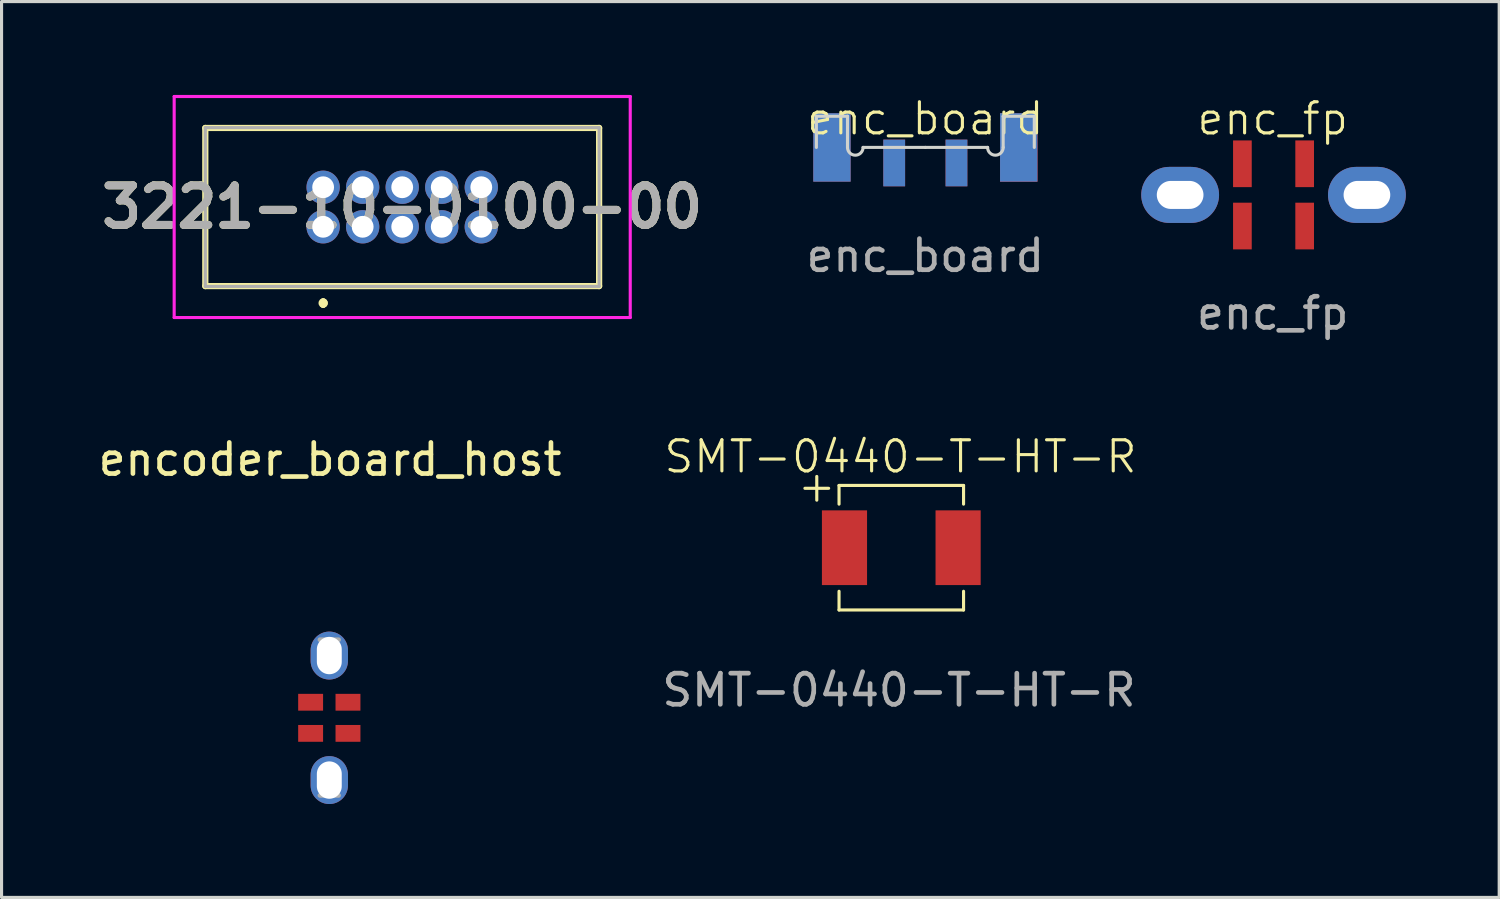
<source format=kicad_pcb>
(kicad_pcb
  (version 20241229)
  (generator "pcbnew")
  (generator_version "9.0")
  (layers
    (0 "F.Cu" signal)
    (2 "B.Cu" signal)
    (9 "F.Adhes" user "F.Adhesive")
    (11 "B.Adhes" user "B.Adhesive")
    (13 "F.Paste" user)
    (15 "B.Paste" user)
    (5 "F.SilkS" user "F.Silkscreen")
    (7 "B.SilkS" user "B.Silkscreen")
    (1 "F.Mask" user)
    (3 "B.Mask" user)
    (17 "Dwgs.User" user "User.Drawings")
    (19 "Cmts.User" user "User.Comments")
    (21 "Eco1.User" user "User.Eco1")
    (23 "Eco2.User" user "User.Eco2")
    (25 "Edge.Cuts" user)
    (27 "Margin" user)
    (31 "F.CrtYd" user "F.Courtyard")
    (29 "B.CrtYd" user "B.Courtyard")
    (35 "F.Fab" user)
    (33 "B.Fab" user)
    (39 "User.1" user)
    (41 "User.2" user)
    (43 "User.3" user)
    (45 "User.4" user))
  (footprint "SMT-0440-T-HT-R"
    (layer "F.Cu")
    (at 25.852 14.569)
    (property "Reference" "SMT-0440-T-HT-R" (at 0.025 -2.95 0) (unlocked yes) (layer "F.SilkS") (effects (font (size 1 1) (thickness 0.1))))
    (attr smd)
    (fp_line (start -1.95 -2.025) (end -1.95 -1.425) (stroke (width 0.1) (type default)) (layer "F.SilkS"))
    (fp_line (start -1.95 -2.025) (end 2.05 -2.025) (stroke (width 0.1) (type default)) (layer "F.SilkS"))
    (fp_line (start -1.95 1.975) (end -1.95 1.375) (stroke (width 0.1) (type default)) (layer "F.SilkS"))
    (fp_line (start -1.95 1.975) (end 2.05 1.975) (stroke (width 0.1) (type default)) (layer "F.SilkS"))
    (fp_line (start 2.05 -2.025) (end 2.05 -1.425) (stroke (width 0.1) (type default)) (layer "F.SilkS"))
    (fp_line (start 2.05 1.975) (end 2.05 1.375) (stroke (width 0.1) (type default)) (layer "F.SilkS"))
    (fp_text user "+" (at -3.35 -1.425 0) (unlocked yes) (layer "F.SilkS") (effects (font (size 1 1) (thickness 0.1)) (justify left bottom)))
    (fp_text user "${REFERENCE}" (at -0.025 4.55 0) (unlocked yes) (layer "F.Fab") (effects (font (size 1 1) (thickness 0.15))))
    (pad "1" smd rect (at -1.775 -0.025) (size 1.45 2.4) (layers "F.Cu" "F.Mask" "F.Paste"))
    (pad "2" smd rect (at 1.875 -0.025) (size 1.45 2.4) (layers "F.Cu" "F.Mask" "F.Paste")))
  (footprint "enc_fp"
    (layer "F.Cu")
    (at 37.834 3.236)
    (property "Reference" "enc_fp" (at 0 -2.475 0) (unlocked yes) (layer "F.SilkS") (effects (font (size 1 1) (thickness 0.1))))
    (attr smd)
    (fp_rect (start -2.475 -0.525) (end 2.55 0.475) (stroke (width 0.1) (type default)) (fill no) (layer "User.3"))
    (fp_text user "${REFERENCE}" (at 0 3.775 0) (unlocked yes) (layer "F.Fab") (effects (font (size 1 1) (thickness 0.15))))
    (pad "1" thru_hole oval (at 3.025 -0.025) (size 2.5 1.8) (drill oval 1.5 0.9) (layers "*.Cu" "*.Mask"))
    (pad "2" smd rect (at 1.025 -1.025) (size 0.6 1.5) (layers "F.Cu" "F.Mask" "F.Paste"))
    (pad "3" smd rect (at -0.975 -1.025) (size 0.6 1.5) (layers "F.Cu" "F.Mask" "F.Paste"))
    (pad "4" smd rect (at 1.025 0.975) (size 0.6 1.5) (layers "F.Cu" "F.Mask" "F.Paste"))
    (pad "5" smd rect (at -0.975 0.975) (size 0.6 1.5) (layers "F.Cu" "F.Mask" "F.Paste"))
    (pad "6" thru_hole oval (at -2.975 -0.025) (size 2.5 1.8) (drill oval 1.5 0.9) (layers "*.Cu" "*.Mask")))
  (footprint "3221-10-0100-00"
    (layer "F.Cu")
    (at 7.33 4.235)
    (property "Reference" "3221-10-0100-00" (at 2.54 -0.635 0) (layer "F.SilkS") (effects (font (size 1.27 1.27) (thickness 0.254))))
    (attr through_hole)
    (fp_line (start -3.785 -3.175) (end 8.865 -3.175) (stroke (width 0.2) (type solid)) (layer "F.SilkS"))
    (fp_line (start -3.785 1.905) (end -3.785 -3.175) (stroke (width 0.2) (type solid)) (layer "F.SilkS"))
    (fp_line (start 0 2.4) (end 0 2.4) (stroke (width 0.2) (type solid)) (layer "F.SilkS"))
    (fp_line (start 0 2.5) (end 0 2.5) (stroke (width 0.2) (type solid)) (layer "F.SilkS"))
    (fp_line (start 0 2.5) (end 0 2.5) (stroke (width 0.2) (type solid)) (layer "F.SilkS"))
    (fp_line (start 8.865 -3.175) (end 8.865 1.905) (stroke (width 0.2) (type solid)) (layer "F.SilkS"))
    (fp_line (start 8.865 1.905) (end -3.785 1.905) (stroke (width 0.2) (type solid)) (layer "F.SilkS"))
    (fp_arc (start 0 2.4) (mid 0.05 2.45) (end 0 2.5) (stroke (width 0.2) (type solid)) (layer "F.SilkS"))
    (fp_arc (start 0 2.4) (mid 0.05 2.45) (end 0 2.5) (stroke (width 0.2) (type solid)) (layer "F.SilkS"))
    (fp_arc (start 0 2.5) (mid -0.05 2.45) (end 0 2.4) (stroke (width 0.2) (type solid)) (layer "F.SilkS"))
    (fp_line (start -4.785 -4.185) (end 9.865 -4.185) (stroke (width 0.1) (type solid)) (layer "F.CrtYd"))
    (fp_line (start -4.785 2.915) (end -4.785 -4.185) (stroke (width 0.1) (type solid)) (layer "F.CrtYd"))
    (fp_line (start 9.865 -4.185) (end 9.865 2.915) (stroke (width 0.1) (type solid)) (layer "F.CrtYd"))
    (fp_line (start 9.865 2.915) (end -4.785 2.915) (stroke (width 0.1) (type solid)) (layer "F.CrtYd"))
    (fp_line (start -3.785 -3.185) (end -3.785 1.915) (stroke (width 0.1) (type solid)) (layer "F.Fab"))
    (fp_line (start -3.785 1.915) (end 8.865 1.915) (stroke (width 0.1) (type solid)) (layer "F.Fab"))
    (fp_line (start 8.865 -3.185) (end -3.785 -3.185) (stroke (width 0.1) (type solid)) (layer "F.Fab"))
    (fp_line (start 8.865 1.915) (end 8.865 -3.185) (stroke (width 0.1) (type solid)) (layer "F.Fab"))
    (fp_text user "${REFERENCE}" (at 2.54 -0.635 0) (layer "F.Fab") (effects (font (size 1.27 1.27) (thickness 0.254))))
    (pad "1" thru_hole circle (at 0 0) (size 1.07 1.07) (drill 0.7) (layers "*.Cu" "*.Mask"))
    (pad "2" thru_hole circle (at 0 -1.27) (size 1.07 1.07) (drill 0.7) (layers "*.Cu" "*.Mask"))
    (pad "3" thru_hole circle (at 1.27 0) (size 1.07 1.07) (drill 0.7) (layers "*.Cu" "*.Mask"))
    (pad "4" thru_hole circle (at 1.27 -1.27) (size 1.07 1.07) (drill 0.7) (layers "*.Cu" "*.Mask"))
    (pad "5" thru_hole circle (at 2.54 0) (size 1.07 1.07) (drill 0.7) (layers "*.Cu" "*.Mask"))
    (pad "6" thru_hole circle (at 2.54 -1.27) (size 1.07 1.07) (drill 0.7) (layers "*.Cu" "*.Mask"))
    (pad "7" thru_hole circle (at 3.81 0) (size 1.07 1.07) (drill 0.7) (layers "*.Cu" "*.Mask"))
    (pad "8" thru_hole circle (at 3.81 -1.27) (size 1.07 1.07) (drill 0.7) (layers "*.Cu" "*.Mask"))
    (pad "9" thru_hole circle (at 5.08 0) (size 1.07 1.07) (drill 0.7) (layers "*.Cu" "*.Mask"))
    (pad "10" thru_hole circle (at 5.08 -1.27) (size 1.07 1.07) (drill 0.7) (layers "*.Cu" "*.Mask")))
  (footprint "enc_board"
    (layer "F.Cu")
    (at 26.674 1.685)
    (property "Reference" "enc_board" (at 0 -0.925 0) (unlocked yes) (layer "F.SilkS") (effects (font (size 1 1) (thickness 0.1))))
    (attr smd)
    (fp_line (start -3.5 -1) (end -3.5 0) (stroke (width 0.1) (type default)) (layer "Edge.Cuts"))
    (fp_line (start -2.5 -1) (end -3.5 -1) (stroke (width 0.1) (type default)) (layer "Edge.Cuts"))
    (fp_line (start -2.5 0) (end -2.5 -1) (stroke (width 0.1) (type default)) (layer "Edge.Cuts"))
    (fp_line (start 0 0) (end -2 0) (stroke (width 0.1) (type default)) (layer "Edge.Cuts"))
    (fp_line (start 0 0) (end 2 0) (stroke (width 0.1) (type default)) (layer "Edge.Cuts"))
    (fp_line (start 2.5 -1) (end 3.5 -1) (stroke (width 0.1) (type default)) (layer "Edge.Cuts"))
    (fp_line (start 2.5 0) (end 2.5 -1) (stroke (width 0.1) (type default)) (layer "Edge.Cuts"))
    (fp_line (start 3.5 -1) (end 3.5 0) (stroke (width 0.1) (type default)) (layer "Edge.Cuts"))
    (fp_arc (start -2 0) (mid -2.25 0.25) (end -2.5 0) (stroke (width 0.1) (type default)) (layer "Edge.Cuts"))
    (fp_arc (start 2.5 0) (mid 2.25 0.25) (end 2 0) (stroke (width 0.1) (type default)) (layer "Edge.Cuts"))
    (fp_text user "${REFERENCE}" (at 0 3.475 0) (unlocked yes) (layer "F.Fab") (effects (font (size 1 1) (thickness 0.15))))
    (pad "1" smd rect (at 3 0) (size 1.2 2.2) (layers "F.Cu" "F.Mask" "F.Paste"))
    (pad "1" smd rect (at 3 0) (size 1.2 2.2) (layers "F.Cu" "F.Mask" "F.Paste"))
    (pad "1" smd rect (at 3 0) (size 1.2 2.2) (layers "B.Cu" "B.Mask" "B.Paste"))
    (pad "2" smd rect (at 1 0.5) (size 0.7 1.5) (layers "F.Cu" "F.Mask" "F.Paste"))
    (pad "3" smd rect (at -1 0.5) (size 0.7 1.5) (layers "F.Cu" "F.Mask" "F.Paste"))
    (pad "4" smd rect (at 1 0.5) (size 0.7 1.5) (layers "B.Cu" "B.Mask" "B.Paste"))
    (pad "5" smd rect (at -1 0.5) (size 0.7 1.5) (layers "B.Cu" "B.Mask" "B.Paste"))
    (pad "6" smd rect (at -3 0) (size 1.2 2.2) (layers "F.Cu" "F.Mask" "F.Paste"))
    (pad "6" smd rect (at -3 0) (size 1.2 2.2) (layers "B.Cu" "B.Mask" "B.Paste")))
  (footprint "encoder_board_host"
    (layer "F.Cu")
    (at 7.528 18.008)
    (property "Reference" "encoder_board_host" (at 0.025 -6.301 0) (unlocked yes) (layer "F.SilkS") (effects (font (size 1 1) (thickness 0.15))))
    (attr smd)
    (fp_line (start -0.301 4.492) (end 0.299 4.492) (stroke (width 0.15) (type solid)) (layer "F.Fab"))
    (fp_line (start 0.299 -0.508) (end -0.301 -0.508) (stroke (width 0.15) (type solid)) (layer "F.Fab"))
    (pad "1" thru_hole oval (at 0 0 90) (size 1.54 1.2) (drill oval 1.2 0.8) (layers "*.Cu" "*.Mask"))
    (pad "2" smd rect (at 0.6 1.5 90) (size 0.54 0.8) (layers "F.Cu" "F.Mask" "F.Paste"))
    (pad "3" smd rect (at 0.6 2.5 90) (size 0.54 0.8) (layers "F.Cu" "F.Mask" "F.Paste"))
    (pad "4" smd rect (at -0.6 1.5 90) (size 0.54 0.8) (layers "F.Cu" "F.Mask" "F.Paste"))
    (pad "5" smd rect (at -0.6 2.5 90) (size 0.54 0.8) (layers "F.Cu" "F.Mask" "F.Paste"))
    (pad "6" thru_hole oval (at 0 4 90) (size 1.54 1.2) (drill oval 1.2 0.8) (layers "*.Cu" "*.Mask")))
  (gr_rect
    (start -3 -3)
    (end 45.108 25.778)
    (stroke (width 0.1) (type default))
    (fill no)
    (layer "Edge.Cuts")))
</source>
